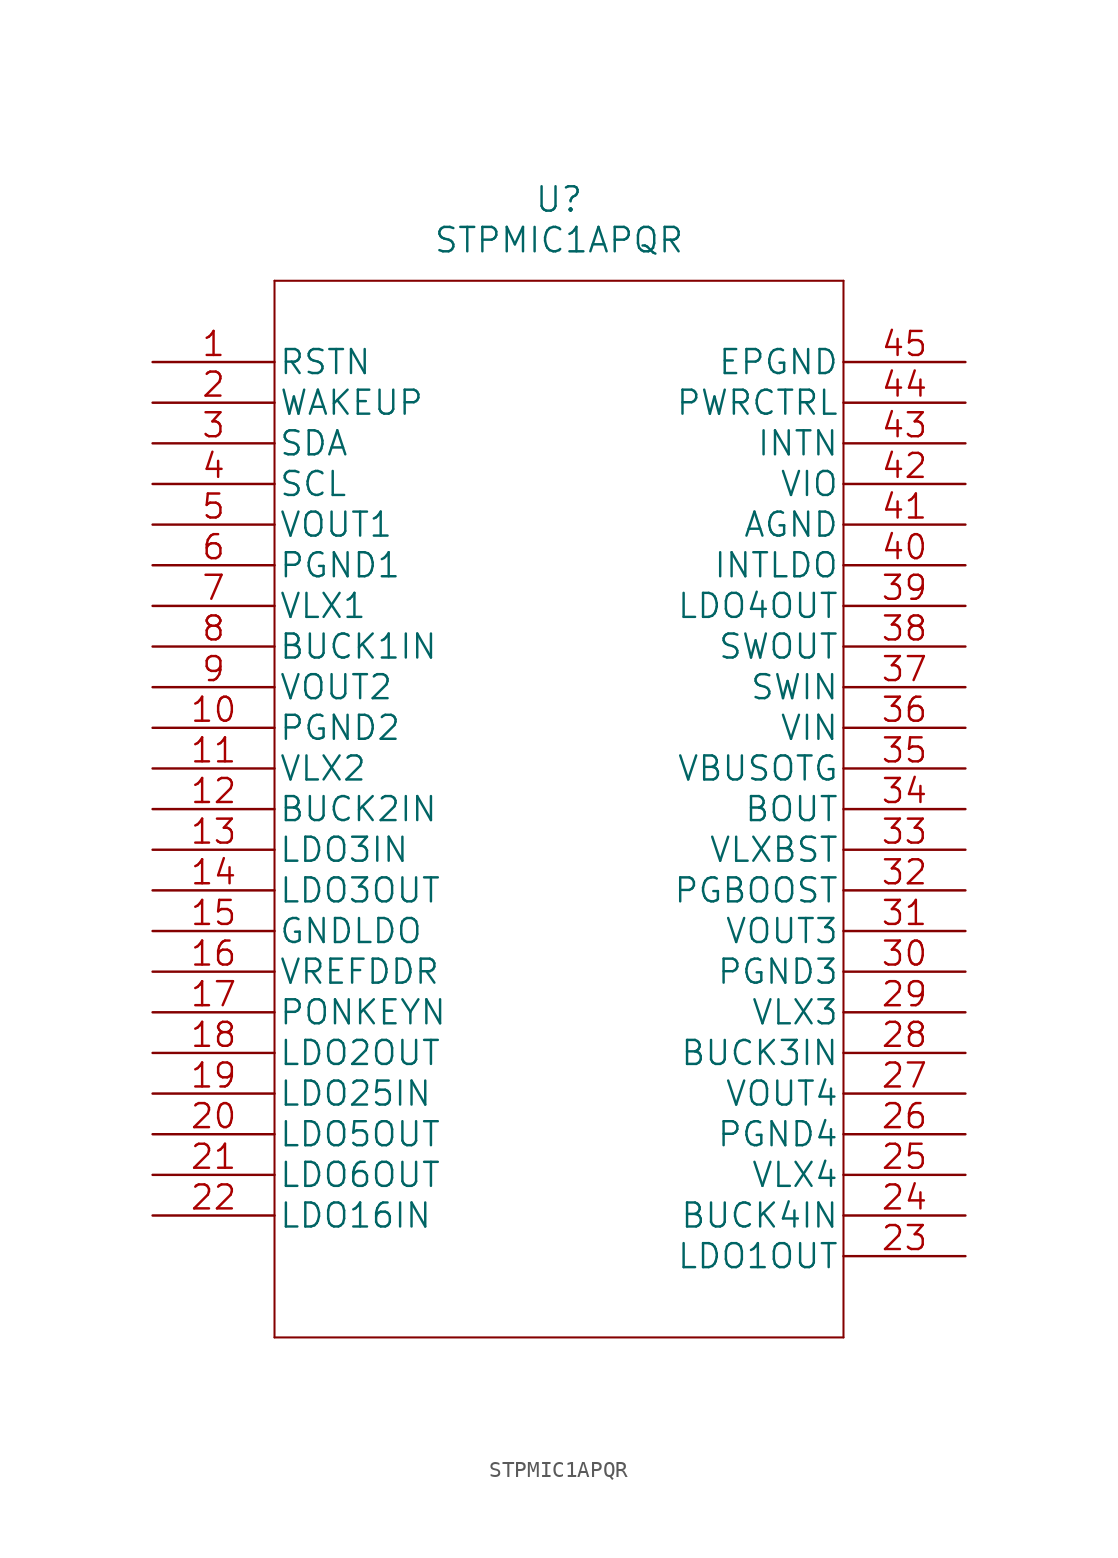
<source format=kicad_sym>
(kicad_symbol_lib
  (version 20211014)
  (generator kicad_symbol_editor)
  (symbol "STPMIC1APQR"
    (pin_names
      (offset 0.254))
    (property "Reference" "U"
      (at 25.4 10.16 0)
      (effects (font (size 1.524 1.524))))
    (property "Value" "STPMIC1APQR"
      (at 25.4 7.62 0)
      (effects (font (size 1.524 1.524))))
    (property "Datasheet" ""
      (at 0 0 0)
      (effects (font (size 1.524 1.524))))
    (property "ki_locked" ""
      (at 0 0 0)
      (effects (font (size 1.27 1.27))))
    (symbol "STPMIC1APQR_1_1"
      (polyline (pts (xy 7.62 -60.96) (xy 43.18 -60.96)) (stroke (width 0.127) (type default) (color 0 0 0 0)) (fill (type none)))
      (polyline (pts (xy 7.62 5.08) (xy 7.62 -60.96)) (stroke (width 0.127) (type default) (color 0 0 0 0)) (fill (type none)))
      (polyline (pts (xy 43.18 -60.96) (xy 43.18 5.08)) (stroke (width 0.127) (type default) (color 0 0 0 0)) (fill (type none)))
      (polyline (pts (xy 43.18 5.08) (xy 7.62 5.08)) (stroke (width 0.127) (type default) (color 0 0 0 0)) (fill (type none)))
      (pin bidirectional line (at 0 0 0) (length 7.62) (name "RSTN" (effects (font (size 1.499 1.499)))) (number "1" (effects (font (size 1.499 1.499)))))
      (pin power_in line (at 0 -22.86 0) (length 7.62) (name "PGND2" (effects (font (size 1.499 1.499)))) (number "10" (effects (font (size 1.499 1.499)))))
      (pin power_out line (at 0 -25.4 0) (length 7.62) (name "VLX2" (effects (font (size 1.499 1.499)))) (number "11" (effects (font (size 1.499 1.499)))))
      (pin input line (at 0 -27.94 0) (length 7.62) (name "BUCK2IN" (effects (font (size 1.499 1.499)))) (number "12" (effects (font (size 1.499 1.499)))))
      (pin input line (at 0 -30.48 0) (length 7.62) (name "LDO3IN" (effects (font (size 1.499 1.499)))) (number "13" (effects (font (size 1.499 1.499)))))
      (pin power_out line (at 0 -33.02 0) (length 7.62) (name "LDO3OUT" (effects (font (size 1.499 1.499)))) (number "14" (effects (font (size 1.499 1.499)))))
      (pin power_in line (at 0 -35.56 0) (length 7.62) (name "GNDLDO" (effects (font (size 1.499 1.499)))) (number "15" (effects (font (size 1.499 1.499)))))
      (pin power_out line (at 0 -38.1 0) (length 7.62) (name "VREFDDR" (effects (font (size 1.499 1.499)))) (number "16" (effects (font (size 1.499 1.499)))))
      (pin input line (at 0 -40.64 0) (length 7.62) (name "PONKEYN" (effects (font (size 1.499 1.499)))) (number "17" (effects (font (size 1.499 1.499)))))
      (pin power_out line (at 0 -43.18 0) (length 7.62) (name "LDO2OUT" (effects (font (size 1.499 1.499)))) (number "18" (effects (font (size 1.499 1.499)))))
      (pin input line (at 0 -45.72 0) (length 7.62) (name "LDO25IN" (effects (font (size 1.499 1.499)))) (number "19" (effects (font (size 1.499 1.499)))))
      (pin input line (at 0 -2.54 0) (length 7.62) (name "WAKEUP" (effects (font (size 1.499 1.499)))) (number "2" (effects (font (size 1.499 1.499)))))
      (pin power_out line (at 0 -48.26 0) (length 7.62) (name "LDO5OUT" (effects (font (size 1.499 1.499)))) (number "20" (effects (font (size 1.499 1.499)))))
      (pin power_out line (at 0 -50.8 0) (length 7.62) (name "LDO6OUT" (effects (font (size 1.499 1.499)))) (number "21" (effects (font (size 1.499 1.499)))))
      (pin input line (at 0 -53.34 0) (length 7.62) (name "LDO16IN" (effects (font (size 1.499 1.499)))) (number "22" (effects (font (size 1.499 1.499)))))
      (pin power_out line (at 50.8 -55.88 180) (length 7.62) (name "LDO1OUT" (effects (font (size 1.499 1.499)))) (number "23" (effects (font (size 1.499 1.499)))))
      (pin input line (at 50.8 -53.34 180) (length 7.62) (name "BUCK4IN" (effects (font (size 1.499 1.499)))) (number "24" (effects (font (size 1.499 1.499)))))
      (pin power_out line (at 50.8 -50.8 180) (length 7.62) (name "VLX4" (effects (font (size 1.499 1.499)))) (number "25" (effects (font (size 1.499 1.499)))))
      (pin power_in line (at 50.8 -48.26 180) (length 7.62) (name "PGND4" (effects (font (size 1.499 1.499)))) (number "26" (effects (font (size 1.499 1.499)))))
      (pin power_out line (at 50.8 -45.72 180) (length 7.62) (name "VOUT4" (effects (font (size 1.499 1.499)))) (number "27" (effects (font (size 1.499 1.499)))))
      (pin input line (at 50.8 -43.18 180) (length 7.62) (name "BUCK3IN" (effects (font (size 1.499 1.499)))) (number "28" (effects (font (size 1.499 1.499)))))
      (pin power_out line (at 50.8 -40.64 180) (length 7.62) (name "VLX3" (effects (font (size 1.499 1.499)))) (number "29" (effects (font (size 1.499 1.499)))))
      (pin bidirectional line (at 0 -5.08 0) (length 7.62) (name "SDA" (effects (font (size 1.499 1.499)))) (number "3" (effects (font (size 1.499 1.499)))))
      (pin power_in line (at 50.8 -38.1 180) (length 7.62) (name "PGND3" (effects (font (size 1.499 1.499)))) (number "30" (effects (font (size 1.499 1.499)))))
      (pin power_out line (at 50.8 -35.56 180) (length 7.62) (name "VOUT3" (effects (font (size 1.499 1.499)))) (number "31" (effects (font (size 1.499 1.499)))))
      (pin power_in line (at 50.8 -33.02 180) (length 7.62) (name "PGBOOST" (effects (font (size 1.499 1.499)))) (number "32" (effects (font (size 1.499 1.499)))))
      (pin input line (at 50.8 -30.48 180) (length 7.62) (name "VLXBST" (effects (font (size 1.499 1.499)))) (number "33" (effects (font (size 1.499 1.499)))))
      (pin power_out line (at 50.8 -27.94 180) (length 7.62) (name "BOUT" (effects (font (size 1.499 1.499)))) (number "34" (effects (font (size 1.499 1.499)))))
      (pin power_out line (at 50.8 -25.4 180) (length 7.62) (name "VBUSOTG" (effects (font (size 1.499 1.499)))) (number "35" (effects (font (size 1.499 1.499)))))
      (pin input line (at 50.8 -22.86 180) (length 7.62) (name "VIN" (effects (font (size 1.499 1.499)))) (number "36" (effects (font (size 1.499 1.499)))))
      (pin input line (at 50.8 -20.32 180) (length 7.62) (name "SWIN" (effects (font (size 1.499 1.499)))) (number "37" (effects (font (size 1.499 1.499)))))
      (pin power_out line (at 50.8 -17.78 180) (length 7.62) (name "SWOUT" (effects (font (size 1.499 1.499)))) (number "38" (effects (font (size 1.499 1.499)))))
      (pin power_out line (at 50.8 -15.24 180) (length 7.62) (name "LDO4OUT" (effects (font (size 1.499 1.499)))) (number "39" (effects (font (size 1.499 1.499)))))
      (pin input line (at 0 -7.62 0) (length 7.62) (name "SCL" (effects (font (size 1.499 1.499)))) (number "4" (effects (font (size 1.499 1.499)))))
      (pin output line (at 50.8 -12.7 180) (length 7.62) (name "INTLDO" (effects (font (size 1.499 1.499)))) (number "40" (effects (font (size 1.499 1.499)))))
      (pin power_in line (at 50.8 -10.16 180) (length 7.62) (name "AGND" (effects (font (size 1.499 1.499)))) (number "41" (effects (font (size 1.499 1.499)))))
      (pin input line (at 50.8 -7.62 180) (length 7.62) (name "VIO" (effects (font (size 1.499 1.499)))) (number "42" (effects (font (size 1.499 1.499)))))
      (pin output line (at 50.8 -5.08 180) (length 7.62) (name "INTN" (effects (font (size 1.499 1.499)))) (number "43" (effects (font (size 1.499 1.499)))))
      (pin input line (at 50.8 -2.54 180) (length 7.62) (name "PWRCTRL" (effects (font (size 1.499 1.499)))) (number "44" (effects (font (size 1.499 1.499)))))
      (pin power_in line (at 50.8 0 180) (length 7.62) (name "EPGND" (effects (font (size 1.499 1.499)))) (number "45" (effects (font (size 1.499 1.499)))))
      (pin power_out line (at 0 -10.16 0) (length 7.62) (name "VOUT1" (effects (font (size 1.499 1.499)))) (number "5" (effects (font (size 1.499 1.499)))))
      (pin power_in line (at 0 -12.7 0) (length 7.62) (name "PGND1" (effects (font (size 1.499 1.499)))) (number "6" (effects (font (size 1.499 1.499)))))
      (pin power_out line (at 0 -15.24 0) (length 7.62) (name "VLX1" (effects (font (size 1.499 1.499)))) (number "7" (effects (font (size 1.499 1.499)))))
      (pin input line (at 0 -17.78 0) (length 7.62) (name "BUCK1IN" (effects (font (size 1.499 1.499)))) (number "8" (effects (font (size 1.499 1.499)))))
      (pin power_out line (at 0 -20.32 0) (length 7.62) (name "VOUT2" (effects (font (size 1.499 1.499)))) (number "9" (effects (font (size 1.499 1.499))))))))
</source>
